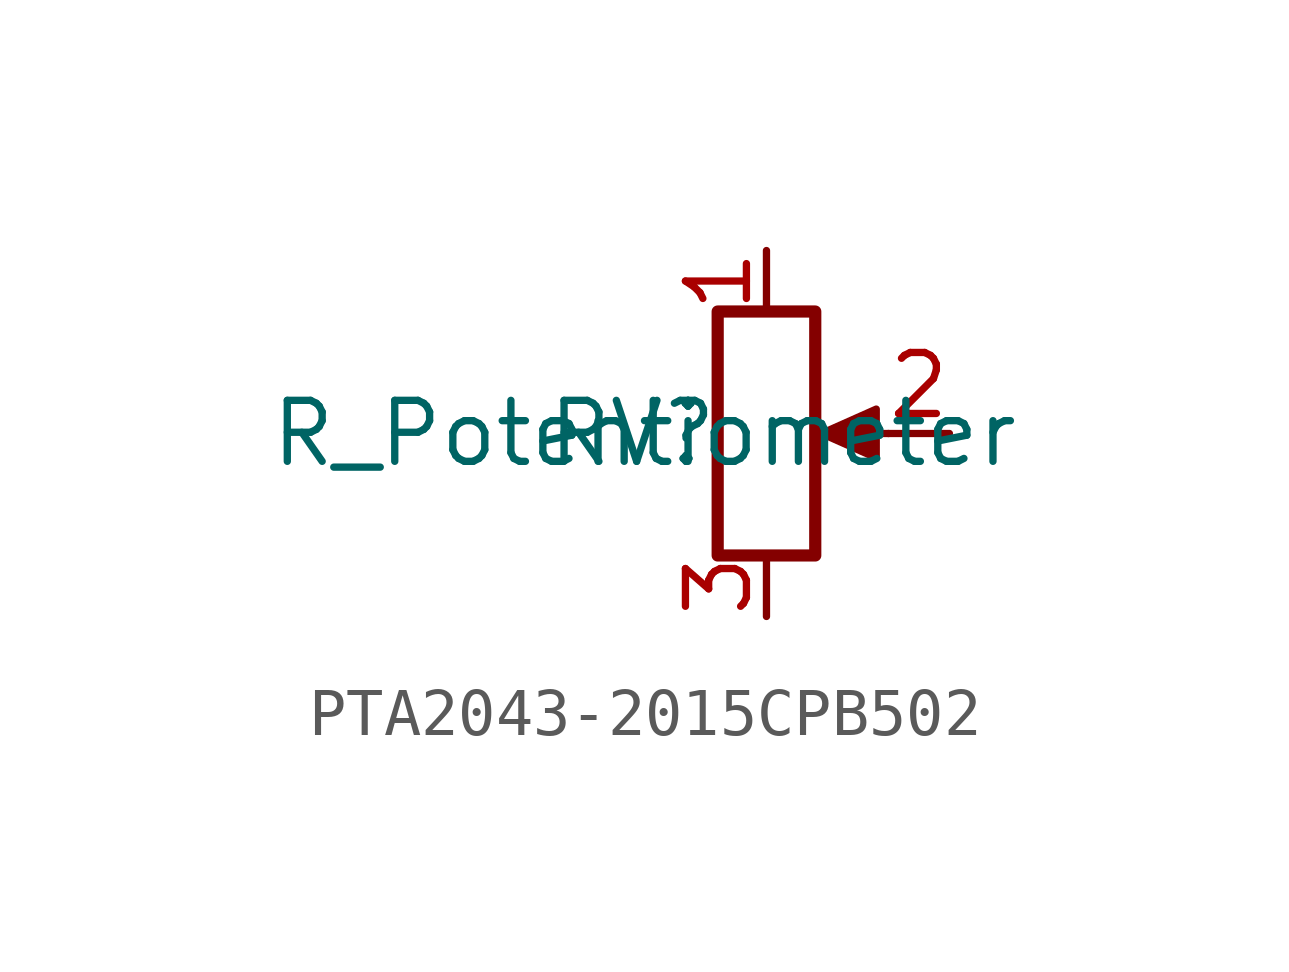
<source format=kicad_sym>
(kicad_symbol_lib
  (version 20231120)
  (generator "kicad_symbol_editor")
  (generator_version "8.0")
  (symbol "PTA2043-2015CPB502"
    (property "Reference" "RV"
      (at -2.794 0 0)
      (effects (font (size 1.27 1.27))))
    (property "Value" "R_Potentiometer"
      (at -2.54 0 0)
      (effects (font (size 1.27 1.27))))
    (symbol "PTA2043-2015CPB502_0_1"
      (rectangle (start -1.016 2.54) (end 1.016 -2.54) (stroke (width 0.254) (type default)) (fill (type none)))
      (polyline (pts (xy 2.54 0) (xy 1.524 0)) (stroke (width 0) (type default)) (fill (type none)))
      (polyline (pts (xy 1.143 0) (xy 2.286 0.508) (xy 2.286 -0.508) (xy 1.143 0)) (stroke (width 0) (type default)) (fill (type outline))))
    (symbol "PTA2043-2015CPB502_1_1"
      (pin passive line (at 0 3.81 270) (length 1.27) (name "" (effects (font (size 1.27 1.27)))) (number "1" (effects (font (size 1.27 1.27)))))
      (pin passive line (at 3.81 0 180) (length 1.27) (name "" (effects (font (size 1.27 1.27)))) (number "2" (effects (font (size 1.27 1.27)))))
      (pin passive line (at 0 -3.81 90) (length 1.27) (name "" (effects (font (size 1.27 1.27)))) (number "3" (effects (font (size 1.27 1.27))))))))
</source>
